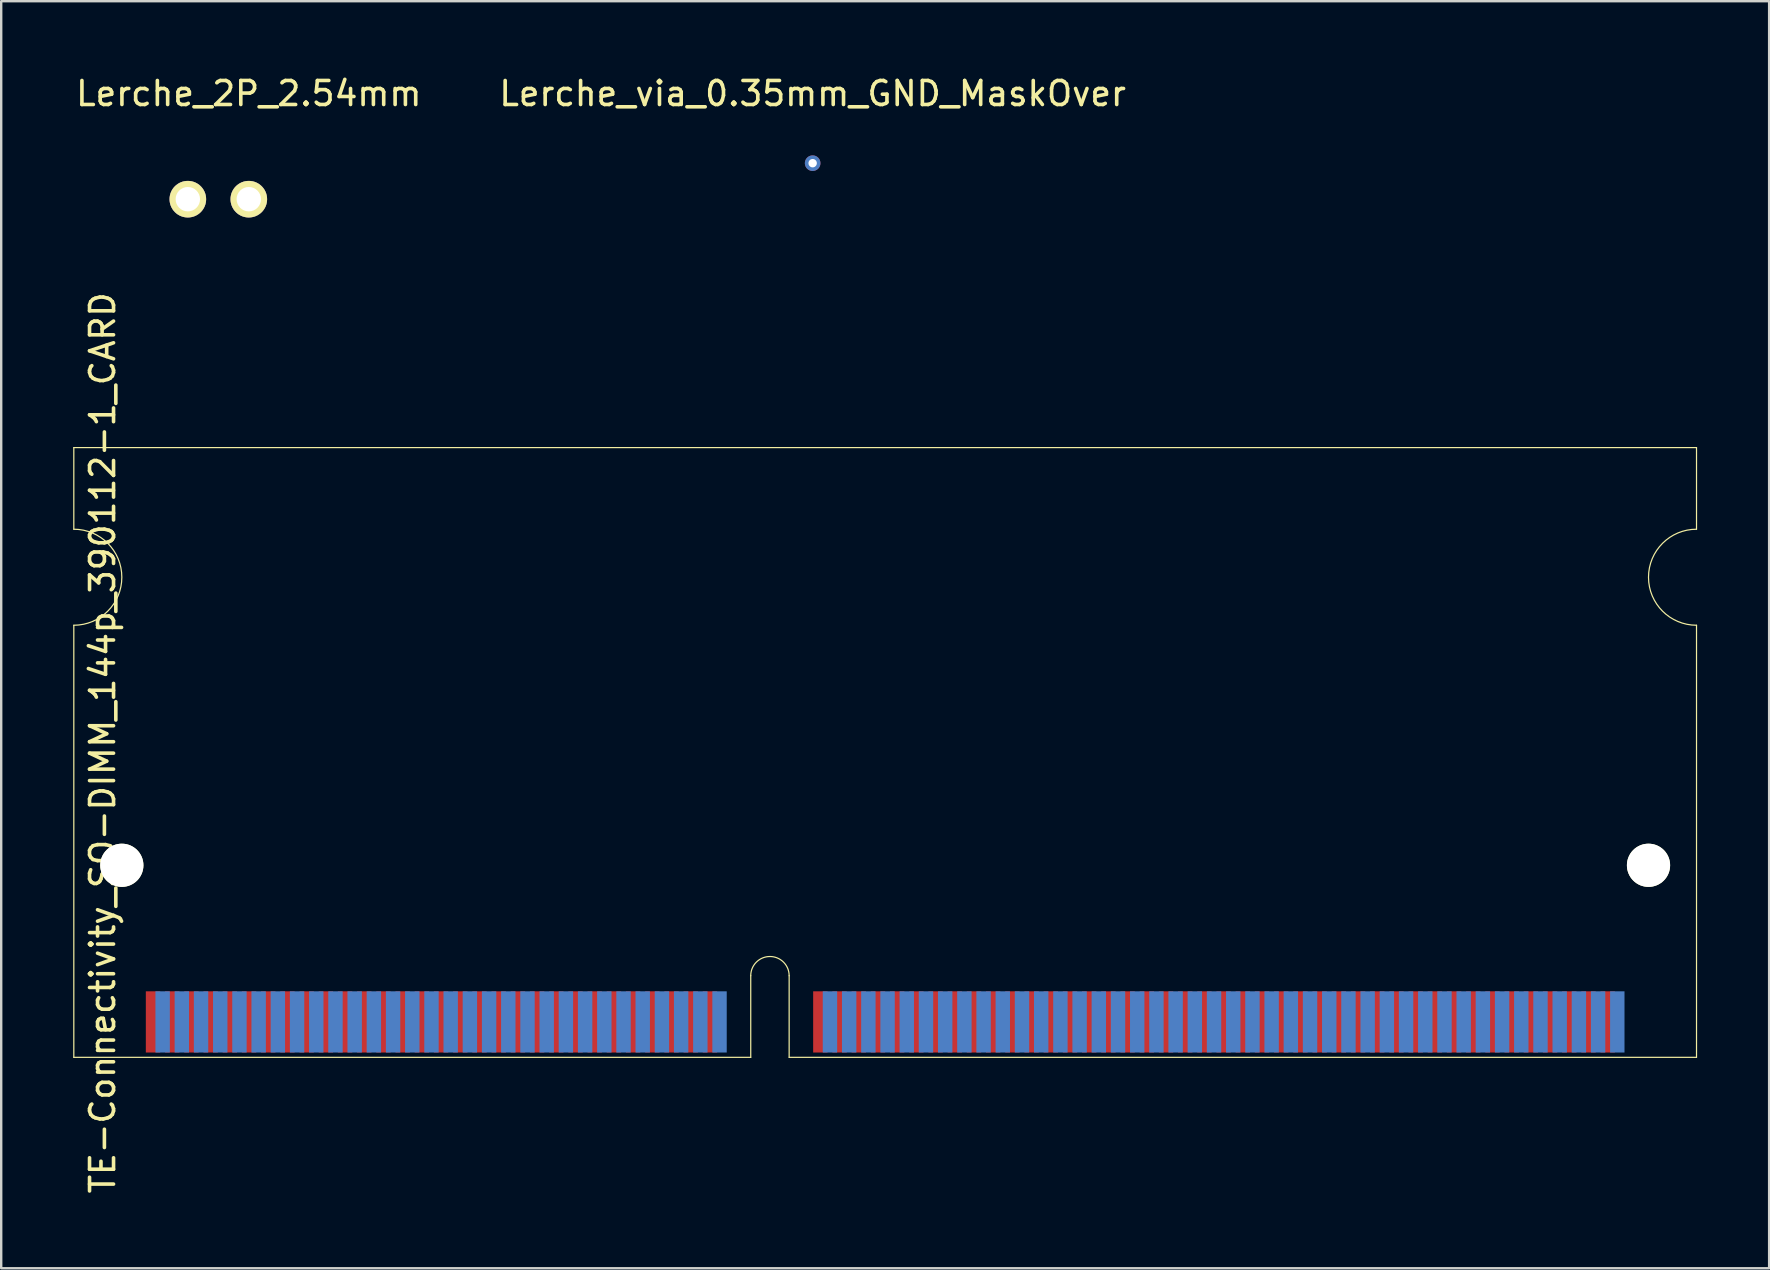
<source format=kicad_pcb>
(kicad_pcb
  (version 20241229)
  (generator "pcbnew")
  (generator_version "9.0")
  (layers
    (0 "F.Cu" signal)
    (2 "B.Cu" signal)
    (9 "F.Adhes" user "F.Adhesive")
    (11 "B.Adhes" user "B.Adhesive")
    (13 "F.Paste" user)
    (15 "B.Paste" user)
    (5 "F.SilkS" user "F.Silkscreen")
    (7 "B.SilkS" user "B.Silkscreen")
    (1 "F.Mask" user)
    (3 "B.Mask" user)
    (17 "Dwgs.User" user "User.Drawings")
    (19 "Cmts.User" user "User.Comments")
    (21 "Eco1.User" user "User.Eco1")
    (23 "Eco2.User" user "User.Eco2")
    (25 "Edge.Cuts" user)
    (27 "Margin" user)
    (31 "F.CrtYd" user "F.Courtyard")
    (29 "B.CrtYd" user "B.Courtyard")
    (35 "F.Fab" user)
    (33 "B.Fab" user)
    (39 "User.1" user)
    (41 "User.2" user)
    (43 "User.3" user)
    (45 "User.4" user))
  (footprint "TE-Connectivity_SO-DIMM_144p_390112-1_CARD"
    (layer "F.Cu")
    (at 33.825 39.997)
    (property "Reference" "TE-Connectivity_SO-DIMM_144p_390112-1_CARD" (at -32.6 -12.1 90) (layer "F.SilkS") (effects (font (size 1 1) (thickness 0.15))))
    (attr through_hole)
    (fp_line (start -33.8 -24.4) (end 33.8 -24.4) (stroke (width 0.05) (type solid)) (layer "F.SilkS"))
    (fp_line (start -33.8 -21) (end -33.8 -24.4) (stroke (width 0.05) (type solid)) (layer "F.SilkS"))
    (fp_line (start -33.8 1) (end -33.8 -17) (stroke (width 0.05) (type solid)) (layer "F.SilkS"))
    (fp_line (start -5.6 -2.4) (end -5.6 1) (stroke (width 0.05) (type solid)) (layer "F.SilkS"))
    (fp_line (start -5.6 1) (end -33.8 1) (stroke (width 0.05) (type solid)) (layer "F.SilkS"))
    (fp_line (start -4 1) (end -4 -2.4) (stroke (width 0.05) (type solid)) (layer "F.SilkS"))
    (fp_line (start 33.8 -24.4) (end 33.8 -21) (stroke (width 0.05) (type solid)) (layer "F.SilkS"))
    (fp_line (start 33.8 1) (end -4 1) (stroke (width 0.05) (type solid)) (layer "F.SilkS"))
    (fp_line (start 33.8 1) (end 33.8 -17) (stroke (width 0.05) (type solid)) (layer "F.SilkS"))
    (fp_arc (start -33.8 -21) (mid -31.8 -19) (end -33.8 -17) (stroke (width 0.05) (type solid)) (layer "F.SilkS"))
    (fp_arc (start -5.6 -2.4) (mid -4.8 -3.2) (end -4 -2.4) (stroke (width 0.05) (type solid)) (layer "F.SilkS"))
    (fp_arc (start 33.8 -17) (mid 31.8 -19) (end 33.8 -21) (stroke (width 0.05) (type solid)) (layer "F.SilkS"))
    (pad "" np_thru_hole circle (at -31.8 -7) (size 1.8 1.8) (drill 1.8) (layers "*.Cu" "*.Mask" "F.SilkS"))
    (pad "" np_thru_hole circle (at 31.8 -7) (size 1.8 1.8) (drill 1.8) (layers "*.Cu" "*.Mask" "F.SilkS"))
    (pad "1" smd rect (at -30.5 -0.475) (size 0.6 2.55) (layers "F.Cu" "F.Mask" "F.Paste"))
    (pad "2" smd rect (at -30.1 -0.475) (size 0.6 2.55) (layers "B.Cu" "B.Mask" "B.Paste"))
    (pad "3" smd rect (at -29.7 -0.475) (size 0.6 2.55) (layers "F.Cu" "F.Mask" "F.Paste"))
    (pad "4" smd rect (at -29.3 -0.475) (size 0.6 2.55) (layers "B.Cu" "B.Mask" "B.Paste"))
    (pad "5" smd rect (at -28.9 -0.475) (size 0.6 2.55) (layers "F.Cu" "F.Mask" "F.Paste"))
    (pad "6" smd rect (at -28.5 -0.475) (size 0.6 2.55) (layers "B.Cu" "B.Mask" "B.Paste"))
    (pad "7" smd rect (at -28.1 -0.475) (size 0.6 2.55) (layers "F.Cu" "F.Mask" "F.Paste"))
    (pad "8" smd rect (at -27.7 -0.475) (size 0.6 2.55) (layers "B.Cu" "B.Mask" "B.Paste"))
    (pad "9" smd rect (at -27.3 -0.475) (size 0.6 2.55) (layers "F.Cu" "F.Mask" "F.Paste"))
    (pad "10" smd rect (at -26.9 -0.475) (size 0.6 2.55) (layers "B.Cu" "B.Mask" "B.Paste"))
    (pad "11" smd rect (at -26.5 -0.475) (size 0.6 2.55) (layers "F.Cu" "F.Mask" "F.Paste"))
    (pad "12" smd rect (at -26.1 -0.475) (size 0.6 2.55) (layers "B.Cu" "B.Mask" "B.Paste"))
    (pad "13" smd rect (at -25.7 -0.475) (size 0.6 2.55) (layers "F.Cu" "F.Mask" "F.Paste"))
    (pad "14" smd rect (at -25.3 -0.475) (size 0.6 2.55) (layers "B.Cu" "B.Mask" "B.Paste"))
    (pad "15" smd rect (at -24.9 -0.475) (size 0.6 2.55) (layers "F.Cu" "F.Mask" "F.Paste"))
    (pad "16" smd rect (at -24.5 -0.475) (size 0.6 2.55) (layers "B.Cu" "B.Mask" "B.Paste"))
    (pad "17" smd rect (at -24.1 -0.475) (size 0.6 2.55) (layers "F.Cu" "F.Mask" "F.Paste"))
    (pad "18" smd rect (at -23.7 -0.475) (size 0.6 2.55) (layers "B.Cu" "B.Mask" "B.Paste"))
    (pad "19" smd rect (at -23.3 -0.475) (size 0.6 2.55) (layers "F.Cu" "F.Mask" "F.Paste"))
    (pad "20" smd rect (at -22.9 -0.475) (size 0.6 2.55) (layers "B.Cu" "B.Mask" "B.Paste"))
    (pad "21" smd rect (at -22.5 -0.475) (size 0.6 2.55) (layers "F.Cu" "F.Mask" "F.Paste"))
    (pad "22" smd rect (at -22.1 -0.475) (size 0.6 2.55) (layers "B.Cu" "B.Mask" "B.Paste"))
    (pad "23" smd rect (at -21.7 -0.475) (size 0.6 2.55) (layers "F.Cu" "F.Mask" "F.Paste"))
    (pad "24" smd rect (at -21.3 -0.475) (size 0.6 2.55) (layers "B.Cu" "B.Mask" "B.Paste"))
    (pad "25" smd rect (at -20.9 -0.475) (size 0.6 2.55) (layers "F.Cu" "F.Mask" "F.Paste"))
    (pad "26" smd rect (at -20.5 -0.475) (size 0.6 2.55) (layers "B.Cu" "B.Mask" "B.Paste"))
    (pad "27" smd rect (at -20.1 -0.475) (size 0.6 2.55) (layers "F.Cu" "F.Mask" "F.Paste"))
    (pad "28" smd rect (at -19.7 -0.475) (size 0.6 2.55) (layers "B.Cu" "B.Mask" "B.Paste"))
    (pad "29" smd rect (at -19.3 -0.475) (size 0.6 2.55) (layers "F.Cu" "F.Mask" "F.Paste"))
    (pad "30" smd rect (at -18.9 -0.475) (size 0.6 2.55) (layers "B.Cu" "B.Mask" "B.Paste"))
    (pad "31" smd rect (at -18.5 -0.475) (size 0.6 2.55) (layers "F.Cu" "F.Mask" "F.Paste"))
    (pad "32" smd rect (at -18.1 -0.475) (size 0.6 2.55) (layers "B.Cu" "B.Mask" "B.Paste"))
    (pad "33" smd rect (at -17.7 -0.475) (size 0.6 2.55) (layers "F.Cu" "F.Mask" "F.Paste"))
    (pad "34" smd rect (at -17.3 -0.475) (size 0.6 2.55) (layers "B.Cu" "B.Mask" "B.Paste"))
    (pad "35" smd rect (at -16.9 -0.475) (size 0.6 2.55) (layers "F.Cu" "F.Mask" "F.Paste"))
    (pad "36" smd rect (at -16.5 -0.475) (size 0.6 2.55) (layers "B.Cu" "B.Mask" "B.Paste"))
    (pad "37" smd rect (at -16.1 -0.475) (size 0.6 2.55) (layers "F.Cu" "F.Mask" "F.Paste"))
    (pad "38" smd rect (at -15.7 -0.475) (size 0.6 2.55) (layers "B.Cu" "B.Mask" "B.Paste"))
    (pad "39" smd rect (at -15.3 -0.475) (size 0.6 2.55) (layers "F.Cu" "F.Mask" "F.Paste"))
    (pad "40" smd rect (at -14.9 -0.475) (size 0.6 2.55) (layers "B.Cu" "B.Mask" "B.Paste"))
    (pad "41" smd rect (at -14.5 -0.475) (size 0.6 2.55) (layers "F.Cu" "F.Mask" "F.Paste"))
    (pad "42" smd rect (at -14.1 -0.475) (size 0.6 2.55) (layers "B.Cu" "B.Mask" "B.Paste"))
    (pad "43" smd rect (at -13.7 -0.475) (size 0.6 2.55) (layers "F.Cu" "F.Mask" "F.Paste"))
    (pad "44" smd rect (at -13.3 -0.475) (size 0.6 2.55) (layers "B.Cu" "B.Mask" "B.Paste"))
    (pad "45" smd rect (at -12.9 -0.475) (size 0.6 2.55) (layers "F.Cu" "F.Mask" "F.Paste"))
    (pad "46" smd rect (at -12.5 -0.475) (size 0.6 2.55) (layers "B.Cu" "B.Mask" "B.Paste"))
    (pad "47" smd rect (at -12.1 -0.475) (size 0.6 2.55) (layers "F.Cu" "F.Mask" "F.Paste"))
    (pad "48" smd rect (at -11.7 -0.475) (size 0.6 2.55) (layers "B.Cu" "B.Mask" "B.Paste"))
    (pad "49" smd rect (at -11.3 -0.475) (size 0.6 2.55) (layers "F.Cu" "F.Mask" "F.Paste"))
    (pad "50" smd rect (at -10.9 -0.475) (size 0.6 2.55) (layers "B.Cu" "B.Mask" "B.Paste"))
    (pad "51" smd rect (at -10.5 -0.475) (size 0.6 2.55) (layers "F.Cu" "F.Mask" "F.Paste"))
    (pad "52" smd rect (at -10.1 -0.475) (size 0.6 2.55) (layers "B.Cu" "B.Mask" "B.Paste"))
    (pad "53" smd rect (at -9.7 -0.475) (size 0.6 2.55) (layers "F.Cu" "F.Mask" "F.Paste"))
    (pad "54" smd rect (at -9.3 -0.475) (size 0.6 2.55) (layers "B.Cu" "B.Mask" "B.Paste"))
    (pad "55" smd rect (at -8.9 -0.475) (size 0.6 2.55) (layers "F.Cu" "F.Mask" "F.Paste"))
    (pad "56" smd rect (at -8.5 -0.475) (size 0.6 2.55) (layers "B.Cu" "B.Mask" "B.Paste"))
    (pad "57" smd rect (at -8.1 -0.475) (size 0.6 2.55) (layers "F.Cu" "F.Mask" "F.Paste"))
    (pad "58" smd rect (at -7.7 -0.475) (size 0.6 2.55) (layers "B.Cu" "B.Mask" "B.Paste"))
    (pad "59" smd rect (at -7.3 -0.475) (size 0.6 2.55) (layers "F.Cu" "F.Mask" "F.Paste"))
    (pad "60" smd rect (at -6.9 -0.475) (size 0.6 2.55) (layers "B.Cu" "B.Mask" "B.Paste"))
    (pad "61" smd rect (at -2.7 -0.475) (size 0.6 2.55) (layers "F.Cu" "F.Mask" "F.Paste"))
    (pad "62" smd rect (at -2.3 -0.475) (size 0.6 2.55) (layers "B.Cu" "B.Mask" "B.Paste"))
    (pad "63" smd rect (at -1.9 -0.475) (size 0.6 2.55) (layers "F.Cu" "F.Mask" "F.Paste"))
    (pad "64" smd rect (at -1.5 -0.475) (size 0.6 2.55) (layers "B.Cu" "B.Mask" "B.Paste"))
    (pad "65" smd rect (at -1.1 -0.475) (size 0.6 2.55) (layers "F.Cu" "F.Mask" "F.Paste"))
    (pad "66" smd rect (at -0.7 -0.475) (size 0.6 2.55) (layers "B.Cu" "B.Mask" "B.Paste"))
    (pad "67" smd rect (at -0.3 -0.475) (size 0.6 2.55) (layers "F.Cu" "F.Mask" "F.Paste"))
    (pad "68" smd rect (at 0.1 -0.475) (size 0.6 2.55) (layers "B.Cu" "B.Mask" "B.Paste"))
    (pad "69" smd rect (at 0.5 -0.475) (size 0.6 2.55) (layers "F.Cu" "F.Mask" "F.Paste"))
    (pad "70" smd rect (at 0.9 -0.475) (size 0.6 2.55) (layers "B.Cu" "B.Mask" "B.Paste"))
    (pad "71" smd rect (at 1.3 -0.475) (size 0.6 2.55) (layers "F.Cu" "F.Mask" "F.Paste"))
    (pad "72" smd rect (at 1.7 -0.475) (size 0.6 2.55) (layers "B.Cu" "B.Mask" "B.Paste"))
    (pad "73" smd rect (at 2.1 -0.475) (size 0.6 2.55) (layers "F.Cu" "F.Mask" "F.Paste"))
    (pad "74" smd rect (at 2.5 -0.475) (size 0.6 2.55) (layers "B.Cu" "B.Mask" "B.Paste"))
    (pad "75" smd rect (at 2.9 -0.475) (size 0.6 2.55) (layers "F.Cu" "F.Mask" "F.Paste"))
    (pad "76" smd rect (at 3.3 -0.475) (size 0.6 2.55) (layers "B.Cu" "B.Mask" "B.Paste"))
    (pad "77" smd rect (at 3.7 -0.475) (size 0.6 2.55) (layers "F.Cu" "F.Mask" "F.Paste"))
    (pad "78" smd rect (at 4.1 -0.475) (size 0.6 2.55) (layers "B.Cu" "B.Mask" "B.Paste"))
    (pad "79" smd rect (at 4.5 -0.475) (size 0.6 2.55) (layers "F.Cu" "F.Mask" "F.Paste"))
    (pad "80" smd rect (at 4.9 -0.475) (size 0.6 2.55) (layers "B.Cu" "B.Mask" "B.Paste"))
    (pad "81" smd rect (at 5.3 -0.475) (size 0.6 2.55) (layers "F.Cu" "F.Mask" "F.Paste"))
    (pad "82" smd rect (at 5.7 -0.475) (size 0.6 2.55) (layers "B.Cu" "B.Mask" "B.Paste"))
    (pad "83" smd rect (at 6.1 -0.475) (size 0.6 2.55) (layers "F.Cu" "F.Mask" "F.Paste"))
    (pad "84" smd rect (at 6.5 -0.475) (size 0.6 2.55) (layers "B.Cu" "B.Mask" "B.Paste"))
    (pad "85" smd rect (at 6.9 -0.475) (size 0.6 2.55) (layers "F.Cu" "F.Mask" "F.Paste"))
    (pad "86" smd rect (at 7.3 -0.475) (size 0.6 2.55) (layers "B.Cu" "B.Mask" "B.Paste"))
    (pad "87" smd rect (at 7.7 -0.475) (size 0.6 2.55) (layers "F.Cu" "F.Mask" "F.Paste"))
    (pad "88" smd rect (at 8.1 -0.475) (size 0.6 2.55) (layers "B.Cu" "B.Mask" "B.Paste"))
    (pad "89" smd rect (at 8.5 -0.475) (size 0.6 2.55) (layers "F.Cu" "F.Mask" "F.Paste"))
    (pad "90" smd rect (at 8.9 -0.475) (size 0.6 2.55) (layers "B.Cu" "B.Mask" "B.Paste"))
    (pad "91" smd rect (at 9.3 -0.475) (size 0.6 2.55) (layers "F.Cu" "F.Mask" "F.Paste"))
    (pad "92" smd rect (at 9.7 -0.475) (size 0.6 2.55) (layers "B.Cu" "B.Mask" "B.Paste"))
    (pad "93" smd rect (at 10.1 -0.475) (size 0.6 2.55) (layers "F.Cu" "F.Mask" "F.Paste"))
    (pad "94" smd rect (at 10.5 -0.475) (size 0.6 2.55) (layers "B.Cu" "B.Mask" "B.Paste"))
    (pad "95" smd rect (at 10.9 -0.475) (size 0.6 2.55) (layers "F.Cu" "F.Mask" "F.Paste"))
    (pad "96" smd rect (at 11.3 -0.475) (size 0.6 2.55) (layers "B.Cu" "B.Mask" "B.Paste"))
    (pad "97" smd rect (at 11.7 -0.475) (size 0.6 2.55) (layers "F.Cu" "F.Mask" "F.Paste"))
    (pad "98" smd rect (at 12.1 -0.475) (size 0.6 2.55) (layers "B.Cu" "B.Mask" "B.Paste"))
    (pad "99" smd rect (at 12.5 -0.475) (size 0.6 2.55) (layers "F.Cu" "F.Mask" "F.Paste"))
    (pad "100" smd rect (at 12.9 -0.475) (size 0.6 2.55) (layers "B.Cu" "B.Mask" "B.Paste"))
    (pad "101" smd rect (at 13.3 -0.475) (size 0.6 2.55) (layers "F.Cu" "F.Mask" "F.Paste"))
    (pad "102" smd rect (at 13.7 -0.475) (size 0.6 2.55) (layers "B.Cu" "B.Mask" "B.Paste"))
    (pad "103" smd rect (at 14.1 -0.475) (size 0.6 2.55) (layers "F.Cu" "F.Mask" "F.Paste"))
    (pad "104" smd rect (at 14.5 -0.475) (size 0.6 2.55) (layers "B.Cu" "B.Mask" "B.Paste"))
    (pad "105" smd rect (at 14.9 -0.475) (size 0.6 2.55) (layers "F.Cu" "F.Mask" "F.Paste"))
    (pad "106" smd rect (at 15.3 -0.475) (size 0.6 2.55) (layers "B.Cu" "B.Mask" "B.Paste"))
    (pad "107" smd rect (at 15.7 -0.475) (size 0.6 2.55) (layers "F.Cu" "F.Mask" "F.Paste"))
    (pad "108" smd rect (at 16.1 -0.475) (size 0.6 2.55) (layers "B.Cu" "B.Mask" "B.Paste"))
    (pad "109" smd rect (at 16.5 -0.475) (size 0.6 2.55) (layers "F.Cu" "F.Mask" "F.Paste"))
    (pad "110" smd rect (at 16.9 -0.475) (size 0.6 2.55) (layers "B.Cu" "B.Mask" "B.Paste"))
    (pad "111" smd rect (at 17.3 -0.475) (size 0.6 2.55) (layers "F.Cu" "F.Mask" "F.Paste"))
    (pad "112" smd rect (at 17.7 -0.475) (size 0.6 2.55) (layers "B.Cu" "B.Mask" "B.Paste"))
    (pad "113" smd rect (at 18.1 -0.475) (size 0.6 2.55) (layers "F.Cu" "F.Mask" "F.Paste"))
    (pad "114" smd rect (at 18.5 -0.475) (size 0.6 2.55) (layers "B.Cu" "B.Mask" "B.Paste"))
    (pad "115" smd rect (at 18.9 -0.475) (size 0.6 2.55) (layers "F.Cu" "F.Mask" "F.Paste"))
    (pad "116" smd rect (at 19.3 -0.475) (size 0.6 2.55) (layers "B.Cu" "B.Mask" "B.Paste"))
    (pad "117" smd rect (at 19.7 -0.475) (size 0.6 2.55) (layers "F.Cu" "F.Mask" "F.Paste"))
    (pad "118" smd rect (at 20.1 -0.475) (size 0.6 2.55) (layers "B.Cu" "B.Mask" "B.Paste"))
    (pad "119" smd rect (at 20.5 -0.475) (size 0.6 2.55) (layers "F.Cu" "F.Mask" "F.Paste"))
    (pad "120" smd rect (at 20.9 -0.475) (size 0.6 2.55) (layers "B.Cu" "B.Mask" "B.Paste"))
    (pad "121" smd rect (at 21.3 -0.475) (size 0.6 2.55) (layers "F.Cu" "F.Mask" "F.Paste"))
    (pad "122" smd rect (at 21.7 -0.475) (size 0.6 2.55) (layers "B.Cu" "B.Mask" "B.Paste"))
    (pad "123" smd rect (at 22.1 -0.475) (size 0.6 2.55) (layers "F.Cu" "F.Mask" "F.Paste"))
    (pad "124" smd rect (at 22.5 -0.475) (size 0.6 2.55) (layers "B.Cu" "B.Mask" "B.Paste"))
    (pad "125" smd rect (at 22.9 -0.475) (size 0.6 2.55) (layers "F.Cu" "F.Mask" "F.Paste"))
    (pad "126" smd rect (at 23.3 -0.475) (size 0.6 2.55) (layers "B.Cu" "B.Mask" "B.Paste"))
    (pad "127" smd rect (at 23.7 -0.475) (size 0.6 2.55) (layers "F.Cu" "F.Mask" "F.Paste"))
    (pad "128" smd rect (at 24.1 -0.475) (size 0.6 2.55) (layers "B.Cu" "B.Mask" "B.Paste"))
    (pad "129" smd rect (at 24.5 -0.475) (size 0.6 2.55) (layers "F.Cu" "F.Mask" "F.Paste"))
    (pad "130" smd rect (at 24.9 -0.475) (size 0.6 2.55) (layers "B.Cu" "B.Mask" "B.Paste"))
    (pad "131" smd rect (at 25.3 -0.475) (size 0.6 2.55) (layers "F.Cu" "F.Mask" "F.Paste"))
    (pad "132" smd rect (at 25.7 -0.475) (size 0.6 2.55) (layers "B.Cu" "B.Mask" "B.Paste"))
    (pad "133" smd rect (at 26.1 -0.475) (size 0.6 2.55) (layers "F.Cu" "F.Mask" "F.Paste"))
    (pad "134" smd rect (at 26.5 -0.475) (size 0.6 2.55) (layers "B.Cu" "B.Mask" "B.Paste"))
    (pad "135" smd rect (at 26.9 -0.475) (size 0.6 2.55) (layers "F.Cu" "F.Mask" "F.Paste"))
    (pad "136" smd rect (at 27.3 -0.475) (size 0.6 2.55) (layers "B.Cu" "B.Mask" "B.Paste"))
    (pad "137" smd rect (at 27.7 -0.475) (size 0.6 2.55) (layers "F.Cu" "F.Mask" "F.Paste"))
    (pad "138" smd rect (at 28.1 -0.475) (size 0.6 2.55) (layers "B.Cu" "B.Mask" "B.Paste"))
    (pad "139" smd rect (at 28.5 -0.475) (size 0.6 2.55) (layers "F.Cu" "F.Mask" "F.Paste"))
    (pad "140" smd rect (at 28.9 -0.475) (size 0.6 2.55) (layers "B.Cu" "B.Mask" "B.Paste"))
    (pad "141" smd rect (at 29.3 -0.475) (size 0.6 2.55) (layers "F.Cu" "F.Mask" "F.Paste"))
    (pad "142" smd rect (at 29.7 -0.475) (size 0.6 2.55) (layers "B.Cu" "B.Mask" "B.Paste"))
    (pad "143" smd rect (at 30.1 -0.475) (size 0.6 2.55) (layers "F.Cu" "F.Mask" "F.Paste"))
    (pad "144" smd rect (at 30.5 -0.475) (size 0.6 2.55) (layers "B.Cu" "B.Mask" "B.Paste")))
  (footprint "Lerche_2P_2.54mm"
    (layer "F.Cu")
    (at 7.315 5.248)
    (property "Reference" "Lerche_2P_2.54mm" (at 0 -4.4 0) (layer "F.SilkS") (effects (font (size 1 1) (thickness 0.15))))
    (attr through_hole)
    (pad "1" thru_hole circle (at -2.54 0) (size 1.524 1.524) (drill 1.016) (layers "*.Cu" "*.Mask" "F.SilkS"))
    (pad "2" thru_hole circle (at 0 0) (size 1.524 1.524) (drill 1.016) (layers "*.Cu" "*.Mask" "F.SilkS")))
  (footprint "Lerche_via_0.35mm_GND_MaskOver"
    (layer "F.Cu")
    (at 30.804 3.748)
    (property "Reference" "Lerche_via_0.35mm_GND_MaskOver" (at 0 -2.9 0) (layer "F.SilkS") (effects (font (size 1 1) (thickness 0.15))))
    (attr smd)
    (pad "" thru_hole circle (at 0 0) (size 0.65 0.65) (drill 0.35) (layers "*.Cu" "*.Mask")))
  (gr_rect
    (start -3 -3)
    (end 70.65 49.784)
    (stroke (width 0.1) (type default))
    (fill no)
    (layer "Edge.Cuts")))
</source>
